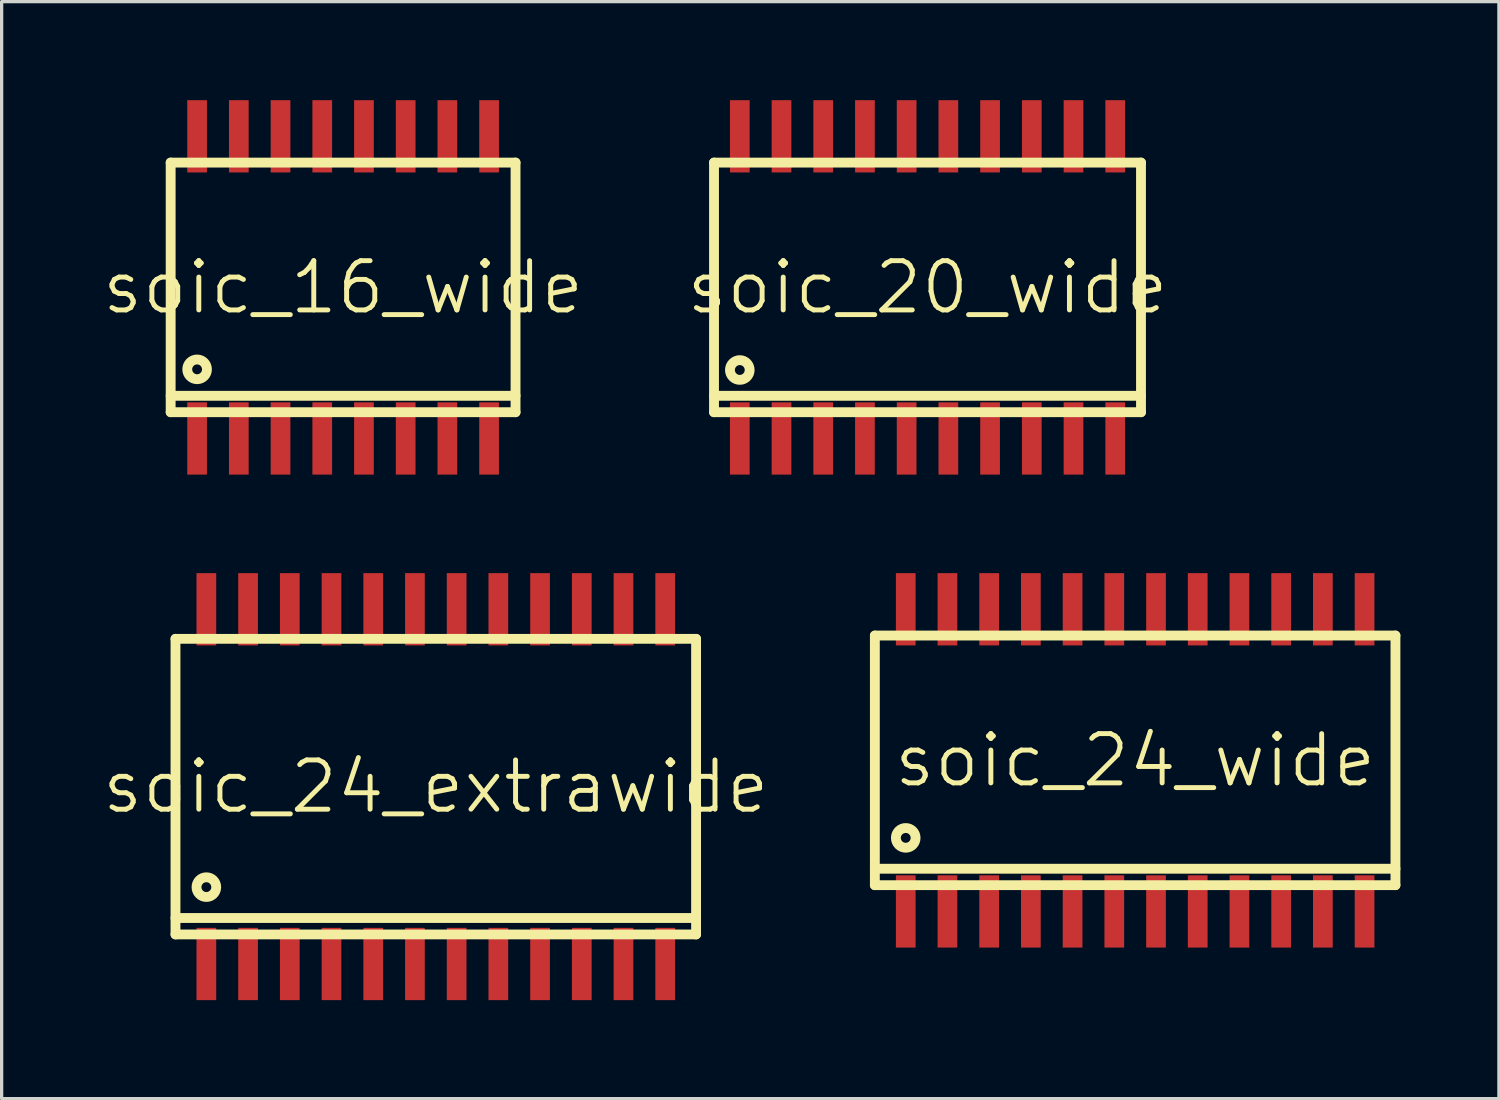
<source format=kicad_pcb>
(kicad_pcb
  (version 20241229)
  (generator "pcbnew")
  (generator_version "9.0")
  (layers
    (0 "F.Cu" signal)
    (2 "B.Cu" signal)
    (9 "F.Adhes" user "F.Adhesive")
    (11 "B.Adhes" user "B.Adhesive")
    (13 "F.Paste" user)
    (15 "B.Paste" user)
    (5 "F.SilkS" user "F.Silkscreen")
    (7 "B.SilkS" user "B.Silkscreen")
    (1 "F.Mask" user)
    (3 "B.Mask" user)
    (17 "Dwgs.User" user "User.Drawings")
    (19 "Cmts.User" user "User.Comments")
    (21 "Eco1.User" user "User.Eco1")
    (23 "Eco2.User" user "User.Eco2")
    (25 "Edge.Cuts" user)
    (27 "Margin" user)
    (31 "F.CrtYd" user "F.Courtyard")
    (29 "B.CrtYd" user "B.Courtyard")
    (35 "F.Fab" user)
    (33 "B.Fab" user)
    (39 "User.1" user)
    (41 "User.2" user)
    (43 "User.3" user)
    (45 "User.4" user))
  (footprint "soic_20_wide"
    (layer "F.Cu")
    (at 25.189 5.7)
    (property "Reference" "soic_20_wide" (at 0 0 0) (layer "F.SilkS") (effects (font (size 1.5 1.5) (thickness 0.15))))
    (attr smd)
    (fp_line (start -6.5 -3.8) (end 6.5 -3.8) (stroke (width 0.3) (type solid)) (layer "F.SilkS"))
    (fp_line (start -6.5 3.3) (end 6.5 3.3) (stroke (width 0.3) (type solid)) (layer "F.SilkS"))
    (fp_line (start -6.5 3.8) (end -6.5 -3.8) (stroke (width 0.3) (type solid)) (layer "F.SilkS"))
    (fp_line (start 6.5 -3.8) (end 6.5 3.8) (stroke (width 0.3) (type solid)) (layer "F.SilkS"))
    (fp_line (start 6.5 3.8) (end -6.5 3.8) (stroke (width 0.3) (type solid)) (layer "F.SilkS"))
    (fp_circle (center -5.715 2.515) (end -6.015 2.515) (stroke (width 0.3) (type solid)) (fill no) (layer "F.SilkS"))
    (pad "1" smd rect (at -5.715 4.6) (size 0.6 2.2) (layers "F.Cu" "F.Mask" "F.Paste"))
    (pad "2" smd rect (at -4.445 4.6) (size 0.6 2.2) (layers "F.Cu" "F.Mask" "F.Paste"))
    (pad "3" smd rect (at -3.175 4.6) (size 0.6 2.2) (layers "F.Cu" "F.Mask" "F.Paste"))
    (pad "4" smd rect (at -1.905 4.6) (size 0.6 2.2) (layers "F.Cu" "F.Mask" "F.Paste"))
    (pad "5" smd rect (at -0.635 4.6) (size 0.6 2.2) (layers "F.Cu" "F.Mask" "F.Paste"))
    (pad "6" smd rect (at 0.635 4.6) (size 0.6 2.2) (layers "F.Cu" "F.Mask" "F.Paste"))
    (pad "7" smd rect (at 1.905 4.6) (size 0.6 2.2) (layers "F.Cu" "F.Mask" "F.Paste"))
    (pad "8" smd rect (at 3.175 4.6) (size 0.6 2.2) (layers "F.Cu" "F.Mask" "F.Paste"))
    (pad "9" smd rect (at 4.445 4.6) (size 0.6 2.2) (layers "F.Cu" "F.Mask" "F.Paste"))
    (pad "10" smd rect (at 5.715 4.6) (size 0.6 2.2) (layers "F.Cu" "F.Mask" "F.Paste"))
    (pad "11" smd rect (at 5.715 -4.6) (size 0.6 2.2) (layers "F.Cu" "F.Mask" "F.Paste"))
    (pad "12" smd rect (at 4.445 -4.6) (size 0.6 2.2) (layers "F.Cu" "F.Mask" "F.Paste"))
    (pad "13" smd rect (at 3.175 -4.6) (size 0.6 2.2) (layers "F.Cu" "F.Mask" "F.Paste"))
    (pad "14" smd rect (at 1.905 -4.6) (size 0.6 2.2) (layers "F.Cu" "F.Mask" "F.Paste"))
    (pad "15" smd rect (at 0.635 -4.6) (size 0.6 2.2) (layers "F.Cu" "F.Mask" "F.Paste"))
    (pad "16" smd rect (at -0.635 -4.6) (size 0.6 2.2) (layers "F.Cu" "F.Mask" "F.Paste"))
    (pad "17" smd rect (at -1.905 -4.6) (size 0.6 2.2) (layers "F.Cu" "F.Mask" "F.Paste"))
    (pad "18" smd rect (at -3.175 -4.6) (size 0.6 2.2) (layers "F.Cu" "F.Mask" "F.Paste"))
    (pad "19" smd rect (at -4.445 -4.6) (size 0.6 2.2) (layers "F.Cu" "F.Mask" "F.Paste"))
    (pad "20" smd rect (at -5.715 -4.6) (size 0.6 2.2) (layers "F.Cu" "F.Mask" "F.Paste")))
  (footprint "soic_24_extrawide"
    (layer "F.Cu")
    (at 10.218 20.9)
    (property "Reference" "soic_24_extrawide" (at 0 0 0) (layer "F.SilkS") (effects (font (size 1.5 1.5) (thickness 0.15))))
    (attr smd)
    (fp_line (start -7.925 -4.5) (end 7.925 -4.5) (stroke (width 0.3) (type solid)) (layer "F.SilkS"))
    (fp_line (start -7.925 4) (end 7.925 4) (stroke (width 0.3) (type solid)) (layer "F.SilkS"))
    (fp_line (start -7.925 4.5) (end -7.925 -4.5) (stroke (width 0.3) (type solid)) (layer "F.SilkS"))
    (fp_line (start 7.925 -4.5) (end 7.925 4.5) (stroke (width 0.3) (type solid)) (layer "F.SilkS"))
    (fp_line (start 7.925 4.5) (end -7.925 4.5) (stroke (width 0.3) (type solid)) (layer "F.SilkS"))
    (fp_circle (center -6.985 3.06) (end -7.285 3.06) (stroke (width 0.3) (type solid)) (fill no) (layer "F.SilkS"))
    (pad "1" smd rect (at -6.985 5.4) (size 0.6 2.2) (layers "F.Cu" "F.Mask" "F.Paste"))
    (pad "2" smd rect (at -5.715 5.4) (size 0.6 2.2) (layers "F.Cu" "F.Mask" "F.Paste"))
    (pad "3" smd rect (at -4.445 5.4) (size 0.6 2.2) (layers "F.Cu" "F.Mask" "F.Paste"))
    (pad "4" smd rect (at -3.175 5.4) (size 0.6 2.2) (layers "F.Cu" "F.Mask" "F.Paste"))
    (pad "5" smd rect (at -1.905 5.4) (size 0.6 2.2) (layers "F.Cu" "F.Mask" "F.Paste"))
    (pad "6" smd rect (at -0.635 5.4) (size 0.6 2.2) (layers "F.Cu" "F.Mask" "F.Paste"))
    (pad "7" smd rect (at 0.635 5.4) (size 0.6 2.2) (layers "F.Cu" "F.Mask" "F.Paste"))
    (pad "8" smd rect (at 1.905 5.4) (size 0.6 2.2) (layers "F.Cu" "F.Mask" "F.Paste"))
    (pad "9" smd rect (at 3.175 5.4) (size 0.6 2.2) (layers "F.Cu" "F.Mask" "F.Paste"))
    (pad "10" smd rect (at 4.445 5.4) (size 0.6 2.2) (layers "F.Cu" "F.Mask" "F.Paste"))
    (pad "11" smd rect (at 5.715 5.4) (size 0.6 2.2) (layers "F.Cu" "F.Mask" "F.Paste"))
    (pad "12" smd rect (at 6.985 5.4) (size 0.6 2.2) (layers "F.Cu" "F.Mask" "F.Paste"))
    (pad "13" smd rect (at 6.985 -5.4) (size 0.6 2.2) (layers "F.Cu" "F.Mask" "F.Paste"))
    (pad "14" smd rect (at 5.715 -5.4) (size 0.6 2.2) (layers "F.Cu" "F.Mask" "F.Paste"))
    (pad "15" smd rect (at 4.445 -5.4) (size 0.6 2.2) (layers "F.Cu" "F.Mask" "F.Paste"))
    (pad "16" smd rect (at 3.175 -5.4) (size 0.6 2.2) (layers "F.Cu" "F.Mask" "F.Paste"))
    (pad "17" smd rect (at 1.905 -5.4) (size 0.6 2.2) (layers "F.Cu" "F.Mask" "F.Paste"))
    (pad "18" smd rect (at 0.635 -5.4) (size 0.6 2.2) (layers "F.Cu" "F.Mask" "F.Paste"))
    (pad "19" smd rect (at -0.635 -5.4) (size 0.6 2.2) (layers "F.Cu" "F.Mask" "F.Paste"))
    (pad "20" smd rect (at -1.905 -5.4) (size 0.6 2.2) (layers "F.Cu" "F.Mask" "F.Paste"))
    (pad "21" smd rect (at -3.175 -5.4) (size 0.6 2.2) (layers "F.Cu" "F.Mask" "F.Paste"))
    (pad "22" smd rect (at -4.445 -5.4) (size 0.6 2.2) (layers "F.Cu" "F.Mask" "F.Paste"))
    (pad "23" smd rect (at -5.715 -5.4) (size 0.6 2.2) (layers "F.Cu" "F.Mask" "F.Paste"))
    (pad "24" smd rect (at -6.985 -5.4) (size 0.6 2.2) (layers "F.Cu" "F.Mask" "F.Paste")))
  (footprint "soic_16_wide"
    (layer "F.Cu")
    (at 7.396 5.7)
    (property "Reference" "soic_16_wide" (at 0 0 0) (layer "F.SilkS") (effects (font (size 1.5 1.5) (thickness 0.15))))
    (attr smd)
    (fp_line (start -5.25 -3.8) (end 5.25 -3.8) (stroke (width 0.3) (type solid)) (layer "F.SilkS"))
    (fp_line (start -5.25 3.3) (end 5.25 3.3) (stroke (width 0.3) (type solid)) (layer "F.SilkS"))
    (fp_line (start -5.25 3.8) (end -5.25 -3.8) (stroke (width 0.3) (type solid)) (layer "F.SilkS"))
    (fp_line (start 5.25 -3.8) (end 5.25 3.8) (stroke (width 0.3) (type solid)) (layer "F.SilkS"))
    (fp_line (start 5.25 3.8) (end -5.25 3.8) (stroke (width 0.3) (type solid)) (layer "F.SilkS"))
    (fp_circle (center -4.445 2.495) (end -4.745 2.495) (stroke (width 0.3) (type solid)) (fill no) (layer "F.SilkS"))
    (pad "1" smd rect (at -4.445 4.6) (size 0.6 2.2) (layers "F.Cu" "F.Mask" "F.Paste"))
    (pad "2" smd rect (at -3.175 4.6) (size 0.6 2.2) (layers "F.Cu" "F.Mask" "F.Paste"))
    (pad "3" smd rect (at -1.905 4.6) (size 0.6 2.2) (layers "F.Cu" "F.Mask" "F.Paste"))
    (pad "4" smd rect (at -0.635 4.6) (size 0.6 2.2) (layers "F.Cu" "F.Mask" "F.Paste"))
    (pad "5" smd rect (at 0.635 4.6) (size 0.6 2.2) (layers "F.Cu" "F.Mask" "F.Paste"))
    (pad "6" smd rect (at 1.905 4.6) (size 0.6 2.2) (layers "F.Cu" "F.Mask" "F.Paste"))
    (pad "7" smd rect (at 3.175 4.6) (size 0.6 2.2) (layers "F.Cu" "F.Mask" "F.Paste"))
    (pad "8" smd rect (at 4.445 4.6) (size 0.6 2.2) (layers "F.Cu" "F.Mask" "F.Paste"))
    (pad "9" smd rect (at 4.445 -4.6) (size 0.6 2.2) (layers "F.Cu" "F.Mask" "F.Paste"))
    (pad "10" smd rect (at 3.175 -4.6) (size 0.6 2.2) (layers "F.Cu" "F.Mask" "F.Paste"))
    (pad "11" smd rect (at 1.905 -4.6) (size 0.6 2.2) (layers "F.Cu" "F.Mask" "F.Paste"))
    (pad "12" smd rect (at 0.635 -4.6) (size 0.6 2.2) (layers "F.Cu" "F.Mask" "F.Paste"))
    (pad "13" smd rect (at -0.635 -4.6) (size 0.6 2.2) (layers "F.Cu" "F.Mask" "F.Paste"))
    (pad "14" smd rect (at -1.905 -4.6) (size 0.6 2.2) (layers "F.Cu" "F.Mask" "F.Paste"))
    (pad "15" smd rect (at -3.175 -4.6) (size 0.6 2.2) (layers "F.Cu" "F.Mask" "F.Paste"))
    (pad "16" smd rect (at -4.445 -4.6) (size 0.6 2.2) (layers "F.Cu" "F.Mask" "F.Paste")))
  (footprint "soic_24_wide"
    (layer "F.Cu")
    (at 31.511 20.1)
    (property "Reference" "soic_24_wide" (at 0 0 0) (layer "F.SilkS") (effects (font (size 1.5 1.5) (thickness 0.15))))
    (attr smd)
    (fp_line (start -7.925 -3.8) (end 7.925 -3.8) (stroke (width 0.3) (type solid)) (layer "F.SilkS"))
    (fp_line (start -7.925 3.3) (end 7.925 3.3) (stroke (width 0.3) (type solid)) (layer "F.SilkS"))
    (fp_line (start -7.925 3.8) (end -7.925 -3.8) (stroke (width 0.3) (type solid)) (layer "F.SilkS"))
    (fp_line (start 7.925 -3.8) (end 7.925 3.8) (stroke (width 0.3) (type solid)) (layer "F.SilkS"))
    (fp_line (start 7.925 3.8) (end -7.925 3.8) (stroke (width 0.3) (type solid)) (layer "F.SilkS"))
    (fp_circle (center -6.985 2.36) (end -7.285 2.36) (stroke (width 0.3) (type solid)) (fill no) (layer "F.SilkS"))
    (pad "1" smd rect (at -6.985 4.6) (size 0.6 2.2) (layers "F.Cu" "F.Mask" "F.Paste"))
    (pad "2" smd rect (at -5.715 4.6) (size 0.6 2.2) (layers "F.Cu" "F.Mask" "F.Paste"))
    (pad "3" smd rect (at -4.445 4.6) (size 0.6 2.2) (layers "F.Cu" "F.Mask" "F.Paste"))
    (pad "4" smd rect (at -3.175 4.6) (size 0.6 2.2) (layers "F.Cu" "F.Mask" "F.Paste"))
    (pad "5" smd rect (at -1.905 4.6) (size 0.6 2.2) (layers "F.Cu" "F.Mask" "F.Paste"))
    (pad "6" smd rect (at -0.635 4.6) (size 0.6 2.2) (layers "F.Cu" "F.Mask" "F.Paste"))
    (pad "7" smd rect (at 0.635 4.6) (size 0.6 2.2) (layers "F.Cu" "F.Mask" "F.Paste"))
    (pad "8" smd rect (at 1.905 4.6) (size 0.6 2.2) (layers "F.Cu" "F.Mask" "F.Paste"))
    (pad "9" smd rect (at 3.175 4.6) (size 0.6 2.2) (layers "F.Cu" "F.Mask" "F.Paste"))
    (pad "10" smd rect (at 4.445 4.6) (size 0.6 2.2) (layers "F.Cu" "F.Mask" "F.Paste"))
    (pad "11" smd rect (at 5.715 4.6) (size 0.6 2.2) (layers "F.Cu" "F.Mask" "F.Paste"))
    (pad "12" smd rect (at 6.985 4.6) (size 0.6 2.2) (layers "F.Cu" "F.Mask" "F.Paste"))
    (pad "13" smd rect (at 6.985 -4.6) (size 0.6 2.2) (layers "F.Cu" "F.Mask" "F.Paste"))
    (pad "14" smd rect (at 5.715 -4.6) (size 0.6 2.2) (layers "F.Cu" "F.Mask" "F.Paste"))
    (pad "15" smd rect (at 4.445 -4.6) (size 0.6 2.2) (layers "F.Cu" "F.Mask" "F.Paste"))
    (pad "16" smd rect (at 3.175 -4.6) (size 0.6 2.2) (layers "F.Cu" "F.Mask" "F.Paste"))
    (pad "17" smd rect (at 1.905 -4.6) (size 0.6 2.2) (layers "F.Cu" "F.Mask" "F.Paste"))
    (pad "18" smd rect (at 0.635 -4.6) (size 0.6 2.2) (layers "F.Cu" "F.Mask" "F.Paste"))
    (pad "19" smd rect (at -0.635 -4.6) (size 0.6 2.2) (layers "F.Cu" "F.Mask" "F.Paste"))
    (pad "20" smd rect (at -1.905 -4.6) (size 0.6 2.2) (layers "F.Cu" "F.Mask" "F.Paste"))
    (pad "21" smd rect (at -3.175 -4.6) (size 0.6 2.2) (layers "F.Cu" "F.Mask" "F.Paste"))
    (pad "22" smd rect (at -4.445 -4.6) (size 0.6 2.2) (layers "F.Cu" "F.Mask" "F.Paste"))
    (pad "23" smd rect (at -5.715 -4.6) (size 0.6 2.2) (layers "F.Cu" "F.Mask" "F.Paste"))
    (pad "24" smd rect (at -6.985 -4.6) (size 0.6 2.2) (layers "F.Cu" "F.Mask" "F.Paste")))
  (gr_rect
    (start -3 -3)
    (end 42.586 30.4)
    (stroke (width 0.1) (type default))
    (fill no)
    (layer "Edge.Cuts")))
</source>
